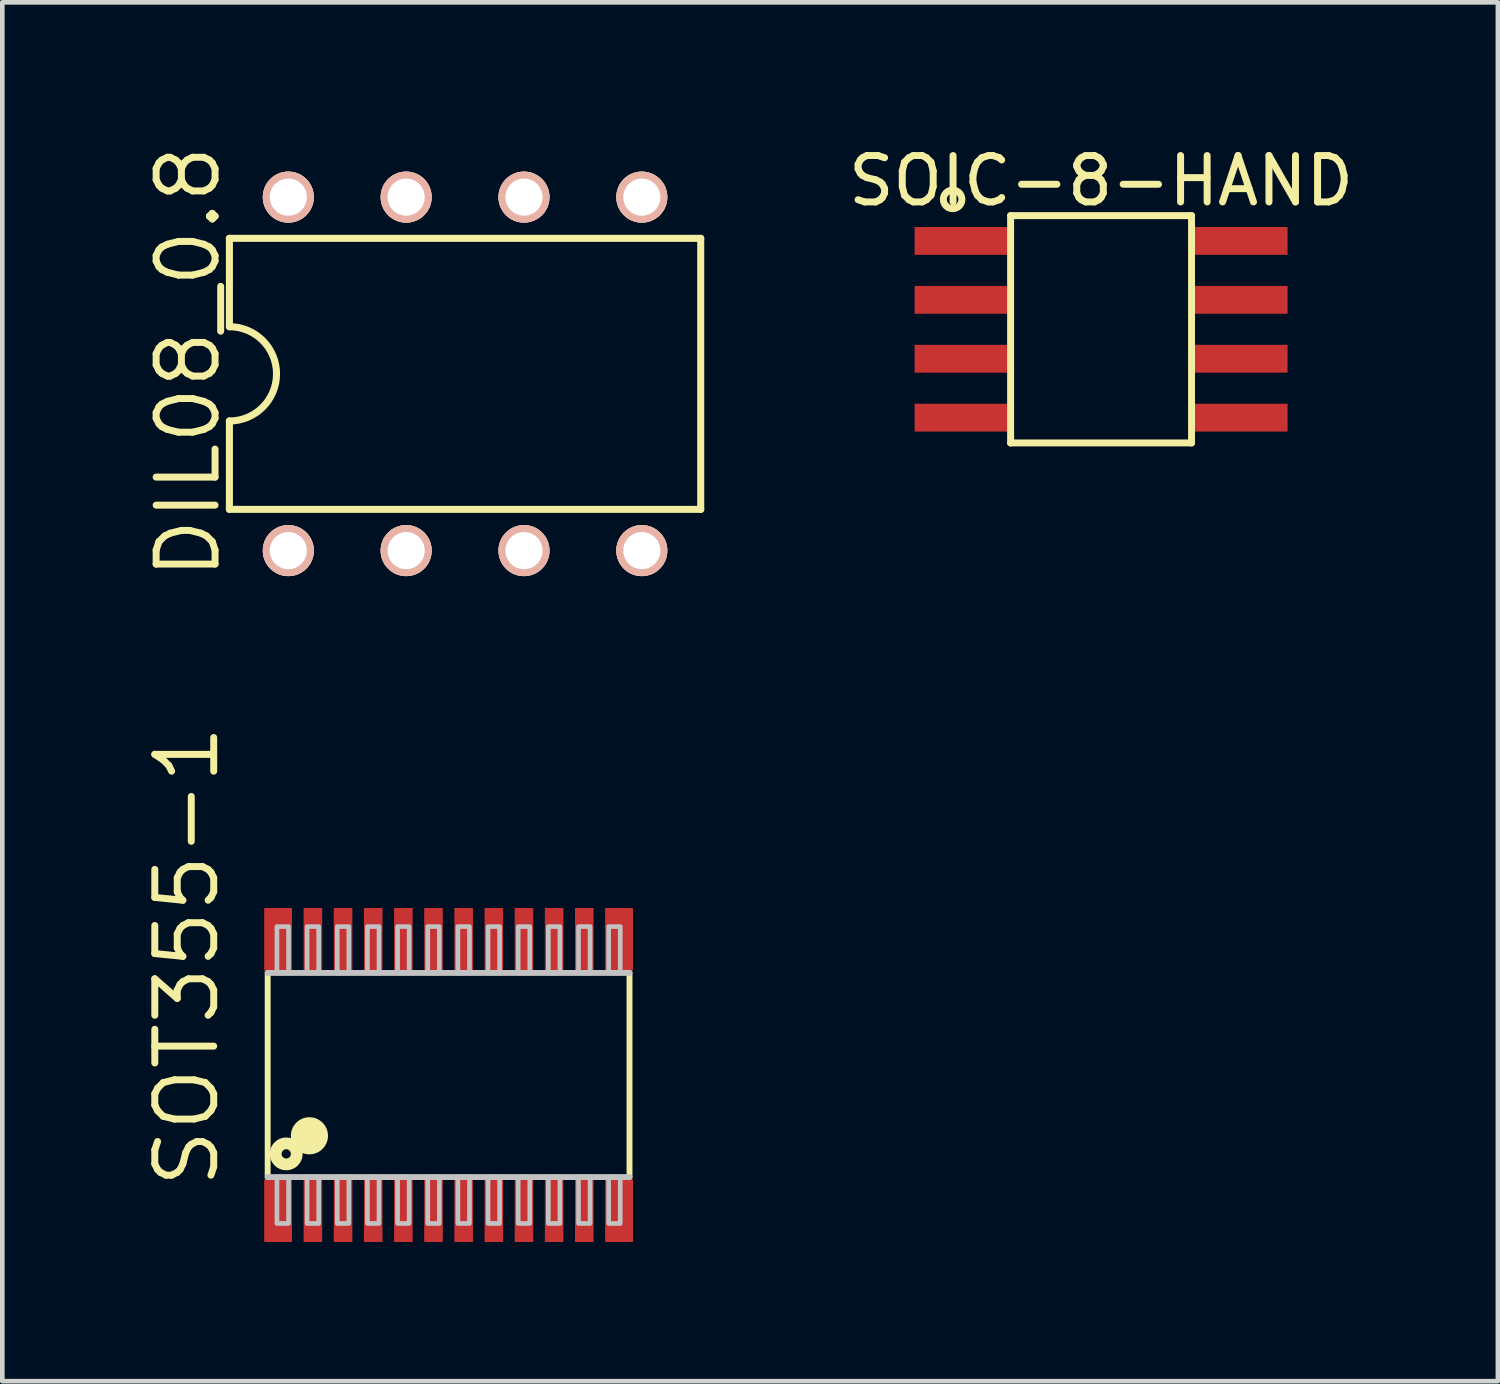
<source format=kicad_pcb>
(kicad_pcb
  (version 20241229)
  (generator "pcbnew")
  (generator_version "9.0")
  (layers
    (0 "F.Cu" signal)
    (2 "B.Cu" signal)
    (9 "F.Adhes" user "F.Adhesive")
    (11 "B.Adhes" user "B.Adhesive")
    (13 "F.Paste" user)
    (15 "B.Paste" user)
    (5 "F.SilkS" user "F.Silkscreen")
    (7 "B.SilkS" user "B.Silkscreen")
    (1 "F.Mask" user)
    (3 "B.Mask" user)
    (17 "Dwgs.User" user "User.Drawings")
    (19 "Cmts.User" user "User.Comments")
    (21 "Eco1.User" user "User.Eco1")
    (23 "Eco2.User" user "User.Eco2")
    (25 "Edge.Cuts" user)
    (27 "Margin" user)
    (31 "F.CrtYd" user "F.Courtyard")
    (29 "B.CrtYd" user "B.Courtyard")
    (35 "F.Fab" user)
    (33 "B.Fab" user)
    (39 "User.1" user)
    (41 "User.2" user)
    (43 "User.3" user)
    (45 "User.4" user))
  (footprint "SOT355-1"
    (layer "F.Cu")
    (at 6.62 20.123)
    (property "Reference" "SOT355-1" (at -4.9 2.5 90) (layer "F.SilkS") (effects (font (size 1.27 1.27) (thickness 0.15)) (justify left bottom)))
    (attr through_hole)
    (fp_line (start -3.9 -2.2) (end -3.9 2.2) (stroke (width 0.127) (type solid)) (layer "F.SilkS"))
    (fp_line (start 3.9 2.2) (end 3.9 -2.2) (stroke (width 0.127) (type solid)) (layer "F.SilkS"))
    (fp_circle (center -3.5 1.7) (end -3.6 1.7) (stroke (width 0.254) (type solid)) (fill no) (layer "F.SilkS"))
    (fp_circle (center -3 1.31) (end -2.6 1.31) (stroke (width 0) (type solid)) (fill yes) (layer "F.SilkS"))
    (fp_line (start -3.9 2.2) (end 3.9 2.2) (stroke (width 0.127) (type solid)) (layer "Dwgs.User"))
    (fp_line (start 3.9 -2.2) (end -3.9 -2.2) (stroke (width 0.127) (type solid)) (layer "Dwgs.User"))
    (fp_poly (pts (xy -3.7 -2.2) (xy -3.45 -2.2) (xy -3.45 -3.2) (xy -3.7 -3.2)) (stroke (width 0.1) (type solid)) (fill no) (layer "Dwgs.User"))
    (fp_poly (pts (xy -3.7 3.2) (xy -3.45 3.2) (xy -3.45 2.2) (xy -3.7 2.2)) (stroke (width 0.1) (type solid)) (fill no) (layer "Dwgs.User"))
    (fp_poly (pts (xy -3.05 -2.2) (xy -2.8 -2.2) (xy -2.8 -3.2) (xy -3.05 -3.2)) (stroke (width 0.1) (type solid)) (fill no) (layer "Dwgs.User"))
    (fp_poly (pts (xy -3.05 3.2) (xy -2.8 3.2) (xy -2.8 2.2) (xy -3.05 2.2)) (stroke (width 0.1) (type solid)) (fill no) (layer "Dwgs.User"))
    (fp_poly (pts (xy -2.4 -2.2) (xy -2.15 -2.2) (xy -2.15 -3.2) (xy -2.4 -3.2)) (stroke (width 0.1) (type solid)) (fill no) (layer "Dwgs.User"))
    (fp_poly (pts (xy -2.4 3.2) (xy -2.15 3.2) (xy -2.15 2.2) (xy -2.4 2.2)) (stroke (width 0.1) (type solid)) (fill no) (layer "Dwgs.User"))
    (fp_poly (pts (xy -1.75 -2.2) (xy -1.5 -2.2) (xy -1.5 -3.2) (xy -1.75 -3.2)) (stroke (width 0.1) (type solid)) (fill no) (layer "Dwgs.User"))
    (fp_poly (pts (xy -1.75 3.2) (xy -1.5 3.2) (xy -1.5 2.2) (xy -1.75 2.2)) (stroke (width 0.1) (type solid)) (fill no) (layer "Dwgs.User"))
    (fp_poly (pts (xy -1.1 -2.2) (xy -0.85 -2.2) (xy -0.85 -3.2) (xy -1.1 -3.2)) (stroke (width 0.1) (type solid)) (fill no) (layer "Dwgs.User"))
    (fp_poly (pts (xy -1.1 3.2) (xy -0.85 3.2) (xy -0.85 2.2) (xy -1.1 2.2)) (stroke (width 0.1) (type solid)) (fill no) (layer "Dwgs.User"))
    (fp_poly (pts (xy -0.45 -2.2) (xy -0.2 -2.2) (xy -0.2 -3.2) (xy -0.45 -3.2)) (stroke (width 0.1) (type solid)) (fill no) (layer "Dwgs.User"))
    (fp_poly (pts (xy -0.45 3.2) (xy -0.2 3.2) (xy -0.2 2.2) (xy -0.45 2.2)) (stroke (width 0.1) (type solid)) (fill no) (layer "Dwgs.User"))
    (fp_poly (pts (xy 0.2 -2.2) (xy 0.45 -2.2) (xy 0.45 -3.2) (xy 0.2 -3.2)) (stroke (width 0.1) (type solid)) (fill no) (layer "Dwgs.User"))
    (fp_poly (pts (xy 0.2 3.2) (xy 0.45 3.2) (xy 0.45 2.2) (xy 0.2 2.2)) (stroke (width 0.1) (type solid)) (fill no) (layer "Dwgs.User"))
    (fp_poly (pts (xy 0.85 -2.2) (xy 1.1 -2.2) (xy 1.1 -3.2) (xy 0.85 -3.2)) (stroke (width 0.1) (type solid)) (fill no) (layer "Dwgs.User"))
    (fp_poly (pts (xy 0.85 3.2) (xy 1.1 3.2) (xy 1.1 2.2) (xy 0.85 2.2)) (stroke (width 0.1) (type solid)) (fill no) (layer "Dwgs.User"))
    (fp_poly (pts (xy 1.5 -2.2) (xy 1.75 -2.2) (xy 1.75 -3.2) (xy 1.5 -3.2)) (stroke (width 0.1) (type solid)) (fill no) (layer "Dwgs.User"))
    (fp_poly (pts (xy 1.5 3.2) (xy 1.75 3.2) (xy 1.75 2.2) (xy 1.5 2.2)) (stroke (width 0.1) (type solid)) (fill no) (layer "Dwgs.User"))
    (fp_poly (pts (xy 2.15 -2.2) (xy 2.4 -2.2) (xy 2.4 -3.2) (xy 2.15 -3.2)) (stroke (width 0.1) (type solid)) (fill no) (layer "Dwgs.User"))
    (fp_poly (pts (xy 2.15 3.2) (xy 2.4 3.2) (xy 2.4 2.2) (xy 2.15 2.2)) (stroke (width 0.1) (type solid)) (fill no) (layer "Dwgs.User"))
    (fp_poly (pts (xy 2.8 -2.2) (xy 3.05 -2.2) (xy 3.05 -3.2) (xy 2.8 -3.2)) (stroke (width 0.1) (type solid)) (fill no) (layer "Dwgs.User"))
    (fp_poly (pts (xy 2.8 3.2) (xy 3.05 3.2) (xy 3.05 2.2) (xy 2.8 2.2)) (stroke (width 0.1) (type solid)) (fill no) (layer "Dwgs.User"))
    (fp_poly (pts (xy 3.45 -2.2) (xy 3.7 -2.2) (xy 3.7 -3.2) (xy 3.45 -3.2)) (stroke (width 0.1) (type solid)) (fill no) (layer "Dwgs.User"))
    (fp_poly (pts (xy 3.45 3.2) (xy 3.7 3.2) (xy 3.7 2.2) (xy 3.45 2.2)) (stroke (width 0.1) (type solid)) (fill no) (layer "Dwgs.User"))
    (pad "1" smd rect (at -3.675 2.925) (size 0.6 1.35) (layers "F.Cu" "F.Mask" "F.Paste"))
    (pad "2" smd rect (at -2.925 2.925) (size 0.4 1.35) (layers "F.Cu" "F.Mask" "F.Paste"))
    (pad "3" smd rect (at -2.275 2.925) (size 0.4 1.35) (layers "F.Cu" "F.Mask" "F.Paste"))
    (pad "4" smd rect (at -1.625 2.925) (size 0.4 1.35) (layers "F.Cu" "F.Mask" "F.Paste"))
    (pad "5" smd rect (at -0.975 2.925) (size 0.4 1.35) (layers "F.Cu" "F.Mask" "F.Paste"))
    (pad "6" smd rect (at -0.325 2.925) (size 0.4 1.35) (layers "F.Cu" "F.Mask" "F.Paste"))
    (pad "7" smd rect (at 0.325 2.925) (size 0.4 1.35) (layers "F.Cu" "F.Mask" "F.Paste"))
    (pad "8" smd rect (at 0.975 2.925) (size 0.4 1.35) (layers "F.Cu" "F.Mask" "F.Paste"))
    (pad "9" smd rect (at 1.625 2.925) (size 0.4 1.35) (layers "F.Cu" "F.Mask" "F.Paste"))
    (pad "10" smd rect (at 2.275 2.925) (size 0.4 1.35) (layers "F.Cu" "F.Mask" "F.Paste"))
    (pad "11" smd rect (at 2.925 2.925) (size 0.4 1.35) (layers "F.Cu" "F.Mask" "F.Paste"))
    (pad "12" smd rect (at 3.675 2.925) (size 0.6 1.35) (layers "F.Cu" "F.Mask" "F.Paste"))
    (pad "13" smd rect (at 3.675 -2.925) (size 0.6 1.35) (layers "F.Cu" "F.Mask" "F.Paste"))
    (pad "14" smd rect (at 2.925 -2.925) (size 0.4 1.35) (layers "F.Cu" "F.Mask" "F.Paste"))
    (pad "15" smd rect (at 2.275 -2.925) (size 0.4 1.35) (layers "F.Cu" "F.Mask" "F.Paste"))
    (pad "16" smd rect (at 1.625 -2.925) (size 0.4 1.35) (layers "F.Cu" "F.Mask" "F.Paste"))
    (pad "17" smd rect (at 0.975 -2.925) (size 0.4 1.35) (layers "F.Cu" "F.Mask" "F.Paste"))
    (pad "18" smd rect (at 0.325 -2.925) (size 0.4 1.35) (layers "F.Cu" "F.Mask" "F.Paste"))
    (pad "19" smd rect (at -0.325 -2.925) (size 0.4 1.35) (layers "F.Cu" "F.Mask" "F.Paste"))
    (pad "20" smd rect (at -0.975 -2.925) (size 0.4 1.35) (layers "F.Cu" "F.Mask" "F.Paste"))
    (pad "21" smd rect (at -1.625 -2.925) (size 0.4 1.35) (layers "F.Cu" "F.Mask" "F.Paste"))
    (pad "22" smd rect (at -2.275 -2.925) (size 0.4 1.35) (layers "F.Cu" "F.Mask" "F.Paste"))
    (pad "23" smd rect (at -2.925 -2.925) (size 0.4 1.35) (layers "F.Cu" "F.Mask" "F.Paste"))
    (pad "24" smd rect (at -3.675 -2.925) (size 0.6 1.35) (layers "F.Cu" "F.Mask" "F.Paste")))
  (footprint "DIL08_0.8"
    (layer "F.Cu")
    (at 6.975 5.009)
    (property "Reference" "DIL08_0.8" (at -5.969 -0.254 90) (layer "F.SilkS") (effects (font (size 1.27 1.27) (thickness 0.15))))
    (attr exclude_from_pos_files exclude_from_bom)
    (fp_line (start -5.08 -2.921) (end -5.08 -1.016) (stroke (width 0.152) (type solid)) (layer "F.SilkS"))
    (fp_line (start -5.08 2.921) (end -5.08 1.016) (stroke (width 0.152) (type solid)) (layer "F.SilkS"))
    (fp_line (start -5.08 2.921) (end 5.08 2.921) (stroke (width 0.152) (type solid)) (layer "F.SilkS"))
    (fp_line (start 5.08 -2.921) (end -5.08 -2.921) (stroke (width 0.152) (type solid)) (layer "F.SilkS"))
    (fp_line (start 5.08 -2.921) (end 5.08 2.921) (stroke (width 0.152) (type solid)) (layer "F.SilkS"))
    (fp_arc (start -5.08 -1.016) (mid -4.064 0) (end -5.08 1.016) (stroke (width 0.1524) (type solid)) (layer "F.SilkS"))
    (pad "1" thru_hole circle (at -3.81 3.81 180) (size 1.1 1.1) (drill 0.8) (layers "*.Cu" "*.Paste" "*.SilkS" "*.Mask"))
    (pad "2" thru_hole circle (at -1.27 3.81 180) (size 1.1 1.1) (drill 0.8) (layers "*.Cu" "*.Paste" "*.SilkS" "*.Mask"))
    (pad "3" thru_hole circle (at 1.27 3.81 180) (size 1.1 1.1) (drill 0.8) (layers "*.Cu" "*.Paste" "*.SilkS" "*.Mask"))
    (pad "4" thru_hole circle (at 3.81 3.81 180) (size 1.1 1.1) (drill 0.8) (layers "*.Cu" "*.Paste" "*.SilkS" "*.Mask"))
    (pad "5" thru_hole circle (at 3.81 -3.81 180) (size 1.1 1.1) (drill 0.8) (layers "*.Cu" "*.Paste" "*.SilkS" "*.Mask"))
    (pad "6" thru_hole circle (at 1.27 -3.81 180) (size 1.1 1.1) (drill 0.8) (layers "*.Cu" "*.Paste" "*.SilkS" "*.Mask"))
    (pad "7" thru_hole circle (at -1.27 -3.81 180) (size 1.1 1.1) (drill 0.8) (layers "*.Cu" "*.Paste" "*.SilkS" "*.Mask"))
    (pad "8" thru_hole circle (at -3.81 -3.81 180) (size 1.1 1.1) (drill 0.8) (layers "*.Cu" "*.Paste" "*.SilkS" "*.Mask")))
  (footprint "SOIC-8-HAND"
    (layer "F.Cu")
    (at 20.685 4.048)
    (property "Reference" "SOIC-8-HAND" (at 0 -3.2 0) (layer "F.SilkS") (effects (font (size 1 1) (thickness 0.15))))
    (attr through_hole)
    (fp_line (start -1.95 -2.45) (end 1.95 -2.45) (stroke (width 0.15) (type solid)) (layer "F.SilkS"))
    (fp_line (start -1.95 2.45) (end -1.95 -2.45) (stroke (width 0.15) (type solid)) (layer "F.SilkS"))
    (fp_line (start 1.95 -2.45) (end 1.95 2.45) (stroke (width 0.15) (type solid)) (layer "F.SilkS"))
    (fp_line (start 1.95 2.45) (end -1.95 2.45) (stroke (width 0.15) (type solid)) (layer "F.SilkS"))
    (fp_circle (center -3.2 -2.8) (end -3 -2.8) (stroke (width 0.15) (type solid)) (fill no) (layer "F.SilkS"))
    (pad "1" smd rect (at -3.01 -1.905 90) (size 0.6 2.02) (layers "F.Cu" "F.Mask" "F.Paste"))
    (pad "2" smd rect (at -3.01 -0.635 90) (size 0.6 2.02) (layers "F.Cu" "F.Mask" "F.Paste"))
    (pad "3" smd rect (at -3.01 0.635 90) (size 0.6 2.02) (layers "F.Cu" "F.Mask" "F.Paste"))
    (pad "4" smd rect (at -3.01 1.905 90) (size 0.6 2.02) (layers "F.Cu" "F.Mask" "F.Paste"))
    (pad "5" smd rect (at 3.01 1.905 90) (size 0.6 2.02) (layers "F.Cu" "F.Mask" "F.Paste"))
    (pad "6" smd rect (at 3.01 0.635 90) (size 0.6 2.02) (layers "F.Cu" "F.Mask" "F.Paste"))
    (pad "7" smd rect (at 3.01 -0.635 90) (size 0.6 2.02) (layers "F.Cu" "F.Mask" "F.Paste"))
    (pad "8" smd rect (at 3.01 -1.905 90) (size 0.6 2.02) (layers "F.Cu" "F.Mask" "F.Paste")))
  (gr_rect
    (start -3 -3)
    (end 29.239 26.723)
    (stroke (width 0.1) (type default))
    (fill no)
    (layer "Edge.Cuts")))
</source>
